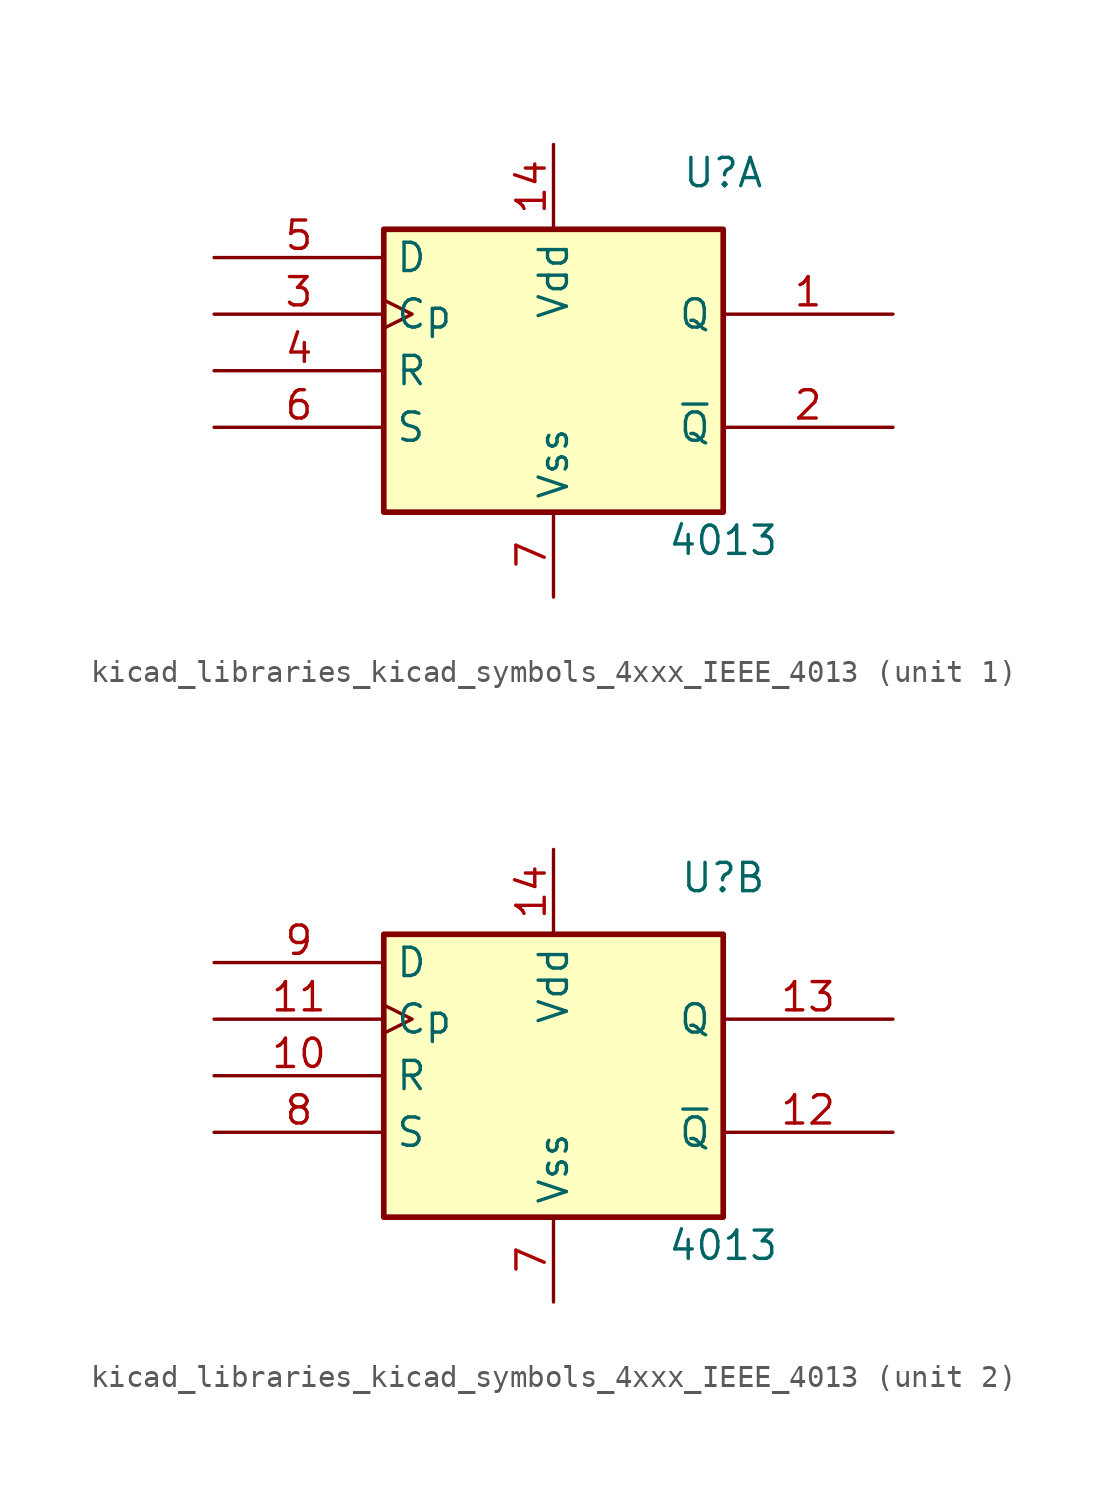
<source format=kicad_sym>
(kicad_symbol_lib
  (version 20220914)
  (generator kicad_symbol_editor)
  (symbol "kicad_libraries_kicad_symbols_4xxx_IEEE_4013"
    (property "Reference" "U"
      (at 7.62 8.89 0)
      (effects (font (size 1.27 1.27))))
    (property "Value" "4013"
      (at 7.62 -7.62 0)
      (effects (font (size 1.27 1.27))))
    (symbol "kicad_libraries_kicad_symbols_4xxx_IEEE_4013_0_0"
      (pin power_in line (at 0 10.16 270) (length 3.81) (name "Vdd" (effects (font (size 1.27 1.27)))) (number "14" (effects (font (size 1.27 1.27)))))
      (pin power_in line (at 0 -10.16 90) (length 3.81) (name "Vss" (effects (font (size 1.27 1.27)))) (number "7" (effects (font (size 1.27 1.27))))))
    (symbol "kicad_libraries_kicad_symbols_4xxx_IEEE_4013_0_1"
      (rectangle (start -7.62 6.35) (end 7.62 -6.35) (stroke (width 0.254) (type default)) (fill (type background))))
    (symbol "kicad_libraries_kicad_symbols_4xxx_IEEE_4013_1_1"
      (pin output line (at 15.24 2.54 180) (length 7.62) (name "Q" (effects (font (size 1.27 1.27)))) (number "1" (effects (font (size 1.27 1.27)))))
      (pin output line (at 15.24 -2.54 180) (length 7.62) (name "~{Q}" (effects (font (size 1.27 1.27)))) (number "2" (effects (font (size 1.27 1.27)))))
      (pin input clock (at -15.24 2.54 0) (length 7.62) (name "Cp" (effects (font (size 1.27 1.27)))) (number "3" (effects (font (size 1.27 1.27)))))
      (pin input line (at -15.24 0 0) (length 7.62) (name "R" (effects (font (size 1.27 1.27)))) (number "4" (effects (font (size 1.27 1.27)))))
      (pin input line (at -15.24 5.08 0) (length 7.62) (name "D" (effects (font (size 1.27 1.27)))) (number "5" (effects (font (size 1.27 1.27)))))
      (pin input line (at -15.24 -2.54 0) (length 7.62) (name "S" (effects (font (size 1.27 1.27)))) (number "6" (effects (font (size 1.27 1.27))))))
    (symbol "kicad_libraries_kicad_symbols_4xxx_IEEE_4013_2_1"
      (pin input line (at -15.24 0 0) (length 7.62) (name "R" (effects (font (size 1.27 1.27)))) (number "10" (effects (font (size 1.27 1.27)))))
      (pin input clock (at -15.24 2.54 0) (length 7.62) (name "Cp" (effects (font (size 1.27 1.27)))) (number "11" (effects (font (size 1.27 1.27)))))
      (pin input line (at 15.24 -2.54 180) (length 7.62) (name "~{Q}" (effects (font (size 1.27 1.27)))) (number "12" (effects (font (size 1.27 1.27)))))
      (pin input line (at 15.24 2.54 180) (length 7.62) (name "Q" (effects (font (size 1.27 1.27)))) (number "13" (effects (font (size 1.27 1.27)))))
      (pin input line (at -15.24 -2.54 0) (length 7.62) (name "S" (effects (font (size 1.27 1.27)))) (number "8" (effects (font (size 1.27 1.27)))))
      (pin input line (at -15.24 5.08 0) (length 7.62) (name "D" (effects (font (size 1.27 1.27)))) (number "9" (effects (font (size 1.27 1.27))))))))
</source>
